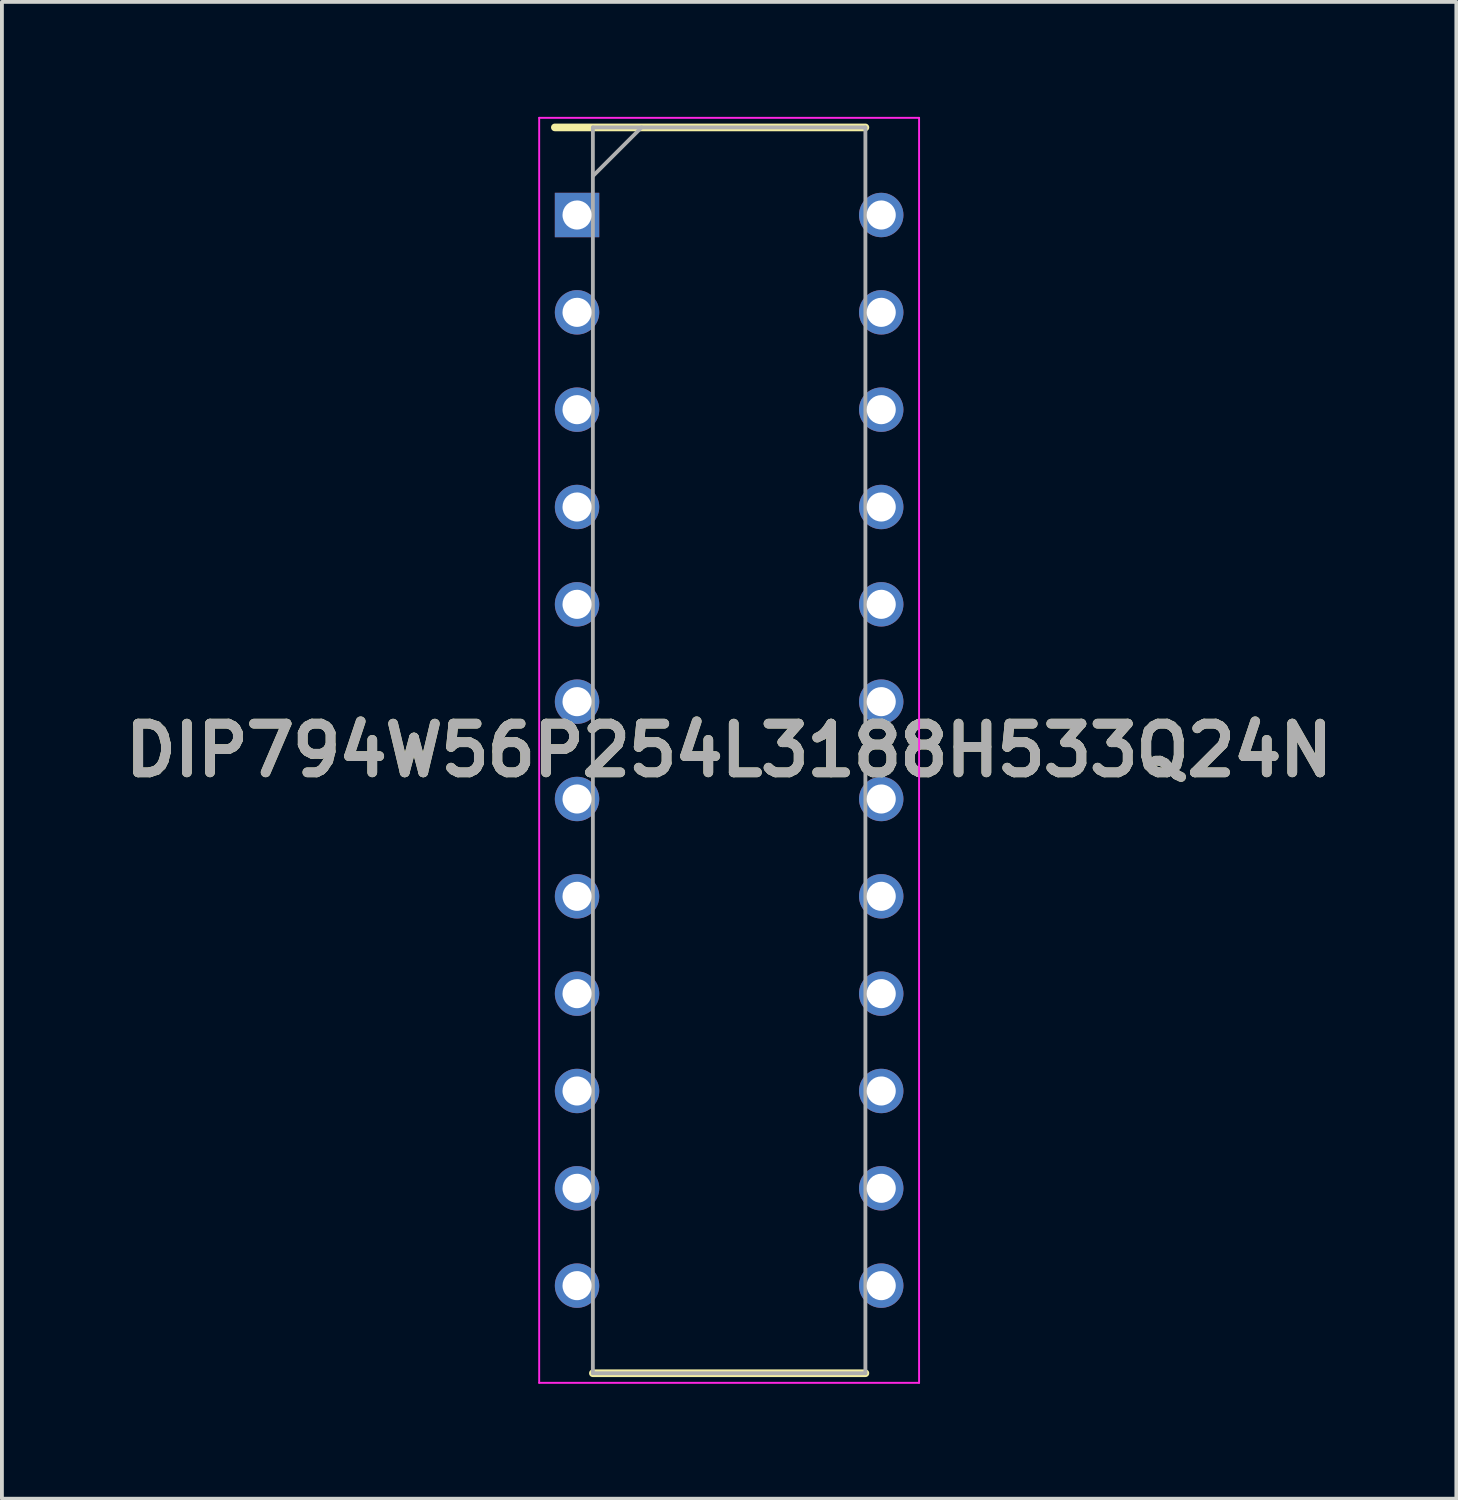
<source format=kicad_pcb>
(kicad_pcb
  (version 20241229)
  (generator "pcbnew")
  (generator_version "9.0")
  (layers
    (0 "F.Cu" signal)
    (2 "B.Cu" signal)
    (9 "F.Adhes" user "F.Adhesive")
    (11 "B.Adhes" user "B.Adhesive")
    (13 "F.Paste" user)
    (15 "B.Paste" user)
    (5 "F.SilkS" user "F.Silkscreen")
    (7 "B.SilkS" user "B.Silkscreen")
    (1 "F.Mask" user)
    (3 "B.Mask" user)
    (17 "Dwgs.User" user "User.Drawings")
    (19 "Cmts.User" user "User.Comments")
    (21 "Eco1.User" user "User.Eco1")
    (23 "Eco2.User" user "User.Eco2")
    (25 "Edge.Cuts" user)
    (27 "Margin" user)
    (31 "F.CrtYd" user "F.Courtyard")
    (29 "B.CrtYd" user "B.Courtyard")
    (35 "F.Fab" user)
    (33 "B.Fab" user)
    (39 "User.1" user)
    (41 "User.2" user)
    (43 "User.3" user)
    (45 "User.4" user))
  (footprint "DIP794W56P254L3188H533Q24N"
    (layer "F.Cu")
    (at 15.978 16.531)
    (property "Reference" "DIP794W56P254L3188H533Q24N" (at 0 0 0) (layer "F.SilkS") (effects (font (size 1.27 1.27) (thickness 0.254))))
    (attr through_hole)
    (fp_line (start -4.548 -16.256) (end 3.556 -16.256) (stroke (width 0.2) (type solid)) (layer "F.SilkS"))
    (fp_line (start -3.556 16.256) (end 3.556 16.256) (stroke (width 0.2) (type solid)) (layer "F.SilkS"))
    (fp_line (start -4.957 -16.506) (end 4.957 -16.506) (stroke (width 0.05) (type solid)) (layer "F.CrtYd"))
    (fp_line (start -4.957 16.506) (end -4.957 -16.506) (stroke (width 0.05) (type solid)) (layer "F.CrtYd"))
    (fp_line (start 4.957 -16.506) (end 4.957 16.506) (stroke (width 0.05) (type solid)) (layer "F.CrtYd"))
    (fp_line (start 4.957 16.506) (end -4.957 16.506) (stroke (width 0.05) (type solid)) (layer "F.CrtYd"))
    (fp_line (start -3.556 -16.256) (end 3.556 -16.256) (stroke (width 0.1) (type solid)) (layer "F.Fab"))
    (fp_line (start -3.556 -14.986) (end -2.286 -16.256) (stroke (width 0.1) (type solid)) (layer "F.Fab"))
    (fp_line (start -3.556 16.256) (end -3.556 -16.256) (stroke (width 0.1) (type solid)) (layer "F.Fab"))
    (fp_line (start 3.556 -16.256) (end 3.556 16.256) (stroke (width 0.1) (type solid)) (layer "F.Fab"))
    (fp_line (start 3.556 16.256) (end -3.556 16.256) (stroke (width 0.1) (type solid)) (layer "F.Fab"))
    (fp_text user "${REFERENCE}" (at 0 0 0) (layer "F.Fab") (effects (font (size 1.27 1.27) (thickness 0.254))))
    (pad "1" thru_hole rect (at -3.969 -13.97) (size 1.159 1.159) (drill 0.759) (layers "*.Cu" "*.Mask"))
    (pad "2" thru_hole circle (at -3.969 -11.43) (size 1.159 1.159) (drill 0.759) (layers "*.Cu" "*.Mask"))
    (pad "3" thru_hole circle (at -3.969 -8.89) (size 1.159 1.159) (drill 0.759) (layers "*.Cu" "*.Mask"))
    (pad "4" thru_hole circle (at -3.969 -6.35) (size 1.159 1.159) (drill 0.759) (layers "*.Cu" "*.Mask"))
    (pad "5" thru_hole circle (at -3.969 -3.81) (size 1.159 1.159) (drill 0.759) (layers "*.Cu" "*.Mask"))
    (pad "6" thru_hole circle (at -3.969 -1.27) (size 1.159 1.159) (drill 0.759) (layers "*.Cu" "*.Mask"))
    (pad "7" thru_hole circle (at -3.969 1.27) (size 1.159 1.159) (drill 0.759) (layers "*.Cu" "*.Mask"))
    (pad "8" thru_hole circle (at -3.969 3.81) (size 1.159 1.159) (drill 0.759) (layers "*.Cu" "*.Mask"))
    (pad "9" thru_hole circle (at -3.969 6.35) (size 1.159 1.159) (drill 0.759) (layers "*.Cu" "*.Mask"))
    (pad "10" thru_hole circle (at -3.969 8.89) (size 1.159 1.159) (drill 0.759) (layers "*.Cu" "*.Mask"))
    (pad "11" thru_hole circle (at -3.969 11.43) (size 1.159 1.159) (drill 0.759) (layers "*.Cu" "*.Mask"))
    (pad "12" thru_hole circle (at -3.969 13.97) (size 1.159 1.159) (drill 0.759) (layers "*.Cu" "*.Mask"))
    (pad "13" thru_hole circle (at 3.969 13.97) (size 1.159 1.159) (drill 0.759) (layers "*.Cu" "*.Mask"))
    (pad "14" thru_hole circle (at 3.969 11.43) (size 1.159 1.159) (drill 0.759) (layers "*.Cu" "*.Mask"))
    (pad "15" thru_hole circle (at 3.969 8.89) (size 1.159 1.159) (drill 0.759) (layers "*.Cu" "*.Mask"))
    (pad "16" thru_hole circle (at 3.969 6.35) (size 1.159 1.159) (drill 0.759) (layers "*.Cu" "*.Mask"))
    (pad "17" thru_hole circle (at 3.969 3.81) (size 1.159 1.159) (drill 0.759) (layers "*.Cu" "*.Mask"))
    (pad "18" thru_hole circle (at 3.969 1.27) (size 1.159 1.159) (drill 0.759) (layers "*.Cu" "*.Mask"))
    (pad "19" thru_hole circle (at 3.969 -1.27) (size 1.159 1.159) (drill 0.759) (layers "*.Cu" "*.Mask"))
    (pad "20" thru_hole circle (at 3.969 -3.81) (size 1.159 1.159) (drill 0.759) (layers "*.Cu" "*.Mask"))
    (pad "21" thru_hole circle (at 3.969 -6.35) (size 1.159 1.159) (drill 0.759) (layers "*.Cu" "*.Mask"))
    (pad "22" thru_hole circle (at 3.969 -8.89) (size 1.159 1.159) (drill 0.759) (layers "*.Cu" "*.Mask"))
    (pad "23" thru_hole circle (at 3.969 -11.43) (size 1.159 1.159) (drill 0.759) (layers "*.Cu" "*.Mask"))
    (pad "24" thru_hole circle (at 3.969 -13.97) (size 1.159 1.159) (drill 0.759) (layers "*.Cu" "*.Mask")))
  (gr_rect
    (start -3 -3)
    (end 34.956 36.062)
    (stroke (width 0.1) (type default))
    (fill no)
    (layer "Edge.Cuts")))
</source>
